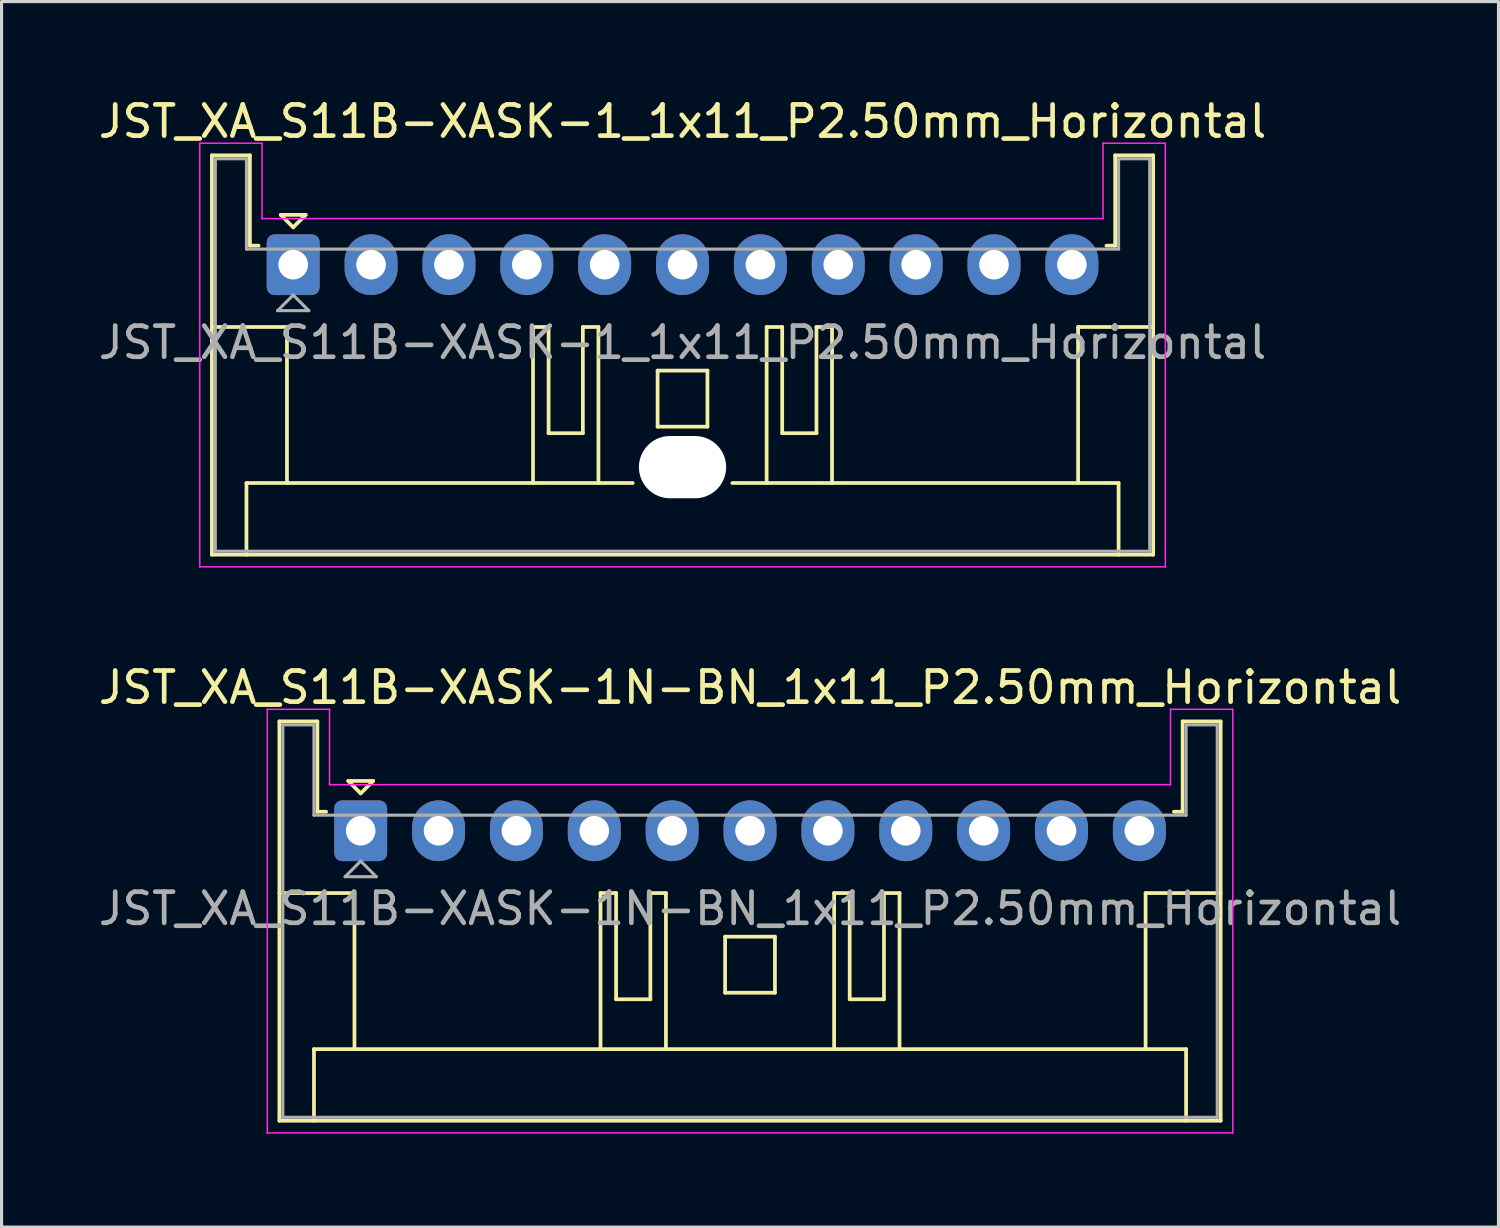
<source format=kicad_pcb>
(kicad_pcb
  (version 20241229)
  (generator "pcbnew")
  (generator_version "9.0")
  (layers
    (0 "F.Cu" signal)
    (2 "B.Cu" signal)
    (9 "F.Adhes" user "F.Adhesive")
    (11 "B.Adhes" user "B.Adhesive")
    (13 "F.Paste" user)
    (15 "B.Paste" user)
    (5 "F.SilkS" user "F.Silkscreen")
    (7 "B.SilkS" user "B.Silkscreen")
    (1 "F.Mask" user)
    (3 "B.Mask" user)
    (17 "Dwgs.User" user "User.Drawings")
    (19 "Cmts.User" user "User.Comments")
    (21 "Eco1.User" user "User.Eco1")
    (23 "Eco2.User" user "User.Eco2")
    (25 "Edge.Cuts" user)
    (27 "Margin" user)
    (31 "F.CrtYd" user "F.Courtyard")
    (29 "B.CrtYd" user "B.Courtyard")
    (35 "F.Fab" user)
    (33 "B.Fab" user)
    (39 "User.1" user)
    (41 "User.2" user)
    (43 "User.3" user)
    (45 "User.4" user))
  (footprint "JST_XA_S11B-XASK-1N-BN_1x11_P2.50mm_Horizontal"
    (layer "F.Cu")
    (at 8.53 23.622)
    (property "Reference" "JST_XA_S11B-XASK-1N-BN_1x11_P2.50mm_Horizontal" (at 12.5 -4.6 0) (layer "F.SilkS") (effects (font (size 1 1) (thickness 0.15))))
    (attr through_hole)
    (fp_line (start -2.61 -3.51) (end -2.61 9.31) (stroke (width 0.12) (type solid)) (layer "F.SilkS"))
    (fp_line (start -2.61 9.31) (end 27.61 9.31) (stroke (width 0.12) (type solid)) (layer "F.SilkS"))
    (fp_line (start -1.5 7.01) (end 26.5 7.01) (stroke (width 0.12) (type solid)) (layer "F.SilkS"))
    (fp_line (start -1.5 9.31) (end -1.5 7.01) (stroke (width 0.12) (type solid)) (layer "F.SilkS"))
    (fp_line (start -1.39 -3.51) (end -2.61 -3.51) (stroke (width 0.12) (type solid)) (layer "F.SilkS"))
    (fp_line (start -1.39 -0.61) (end -1.39 -3.51) (stroke (width 0.12) (type solid)) (layer "F.SilkS"))
    (fp_line (start -1.11 -0.61) (end -1.39 -0.61) (stroke (width 0.12) (type solid)) (layer "F.SilkS"))
    (fp_line (start -0.4 -1.6) (end 0.4 -1.6) (stroke (width 0.12) (type solid)) (layer "F.SilkS"))
    (fp_line (start -0.2 2) (end -2.61 2) (stroke (width 0.12) (type solid)) (layer "F.SilkS"))
    (fp_line (start -0.2 7.01) (end -0.2 2) (stroke (width 0.12) (type solid)) (layer "F.SilkS"))
    (fp_line (start 0 -1.2) (end -0.4 -1.6) (stroke (width 0.12) (type solid)) (layer "F.SilkS"))
    (fp_line (start 0.4 -1.6) (end 0 -1.2) (stroke (width 0.12) (type solid)) (layer "F.SilkS"))
    (fp_line (start 7.7 2) (end 7.7 7.01) (stroke (width 0.12) (type solid)) (layer "F.SilkS"))
    (fp_line (start 8.2 2) (end 7.7 2) (stroke (width 0.12) (type solid)) (layer "F.SilkS"))
    (fp_line (start 8.2 5.41) (end 8.2 2) (stroke (width 0.12) (type solid)) (layer "F.SilkS"))
    (fp_line (start 9.3 2) (end 9.3 5.41) (stroke (width 0.12) (type solid)) (layer "F.SilkS"))
    (fp_line (start 9.3 5.41) (end 8.2 5.41) (stroke (width 0.12) (type solid)) (layer "F.SilkS"))
    (fp_line (start 9.8 2) (end 9.3 2) (stroke (width 0.12) (type solid)) (layer "F.SilkS"))
    (fp_line (start 9.8 7.01) (end 9.8 2) (stroke (width 0.12) (type solid)) (layer "F.SilkS"))
    (fp_line (start 11.7 3.4) (end 13.3 3.4) (stroke (width 0.12) (type solid)) (layer "F.SilkS"))
    (fp_line (start 11.7 5.2) (end 11.7 3.4) (stroke (width 0.12) (type solid)) (layer "F.SilkS"))
    (fp_line (start 13.3 3.4) (end 13.3 5.2) (stroke (width 0.12) (type solid)) (layer "F.SilkS"))
    (fp_line (start 13.3 5.2) (end 11.7 5.2) (stroke (width 0.12) (type solid)) (layer "F.SilkS"))
    (fp_line (start 15.2 2) (end 15.7 2) (stroke (width 0.12) (type solid)) (layer "F.SilkS"))
    (fp_line (start 15.2 7.01) (end 15.2 2) (stroke (width 0.12) (type solid)) (layer "F.SilkS"))
    (fp_line (start 15.7 2) (end 15.7 5.41) (stroke (width 0.12) (type solid)) (layer "F.SilkS"))
    (fp_line (start 15.7 5.41) (end 16.8 5.41) (stroke (width 0.12) (type solid)) (layer "F.SilkS"))
    (fp_line (start 16.8 2) (end 17.3 2) (stroke (width 0.12) (type solid)) (layer "F.SilkS"))
    (fp_line (start 16.8 5.41) (end 16.8 2) (stroke (width 0.12) (type solid)) (layer "F.SilkS"))
    (fp_line (start 17.3 2) (end 17.3 7.01) (stroke (width 0.12) (type solid)) (layer "F.SilkS"))
    (fp_line (start 25.2 2) (end 27.61 2) (stroke (width 0.12) (type solid)) (layer "F.SilkS"))
    (fp_line (start 25.2 7.01) (end 25.2 2) (stroke (width 0.12) (type solid)) (layer "F.SilkS"))
    (fp_line (start 26.39 -3.51) (end 26.39 -0.61) (stroke (width 0.12) (type solid)) (layer "F.SilkS"))
    (fp_line (start 26.39 -0.61) (end 26.11 -0.61) (stroke (width 0.12) (type solid)) (layer "F.SilkS"))
    (fp_line (start 26.5 7.01) (end 26.5 9.31) (stroke (width 0.12) (type solid)) (layer "F.SilkS"))
    (fp_line (start 27.61 -3.51) (end 26.39 -3.51) (stroke (width 0.12) (type solid)) (layer "F.SilkS"))
    (fp_line (start 27.61 9.31) (end 27.61 -3.51) (stroke (width 0.12) (type solid)) (layer "F.SilkS"))
    (fp_line (start -3 -3.9) (end -1 -3.9) (stroke (width 0.05) (type solid)) (layer "F.CrtYd"))
    (fp_line (start -3 9.7) (end -3 -3.9) (stroke (width 0.05) (type solid)) (layer "F.CrtYd"))
    (fp_line (start -1 -3.9) (end -1 -1.48) (stroke (width 0.05) (type solid)) (layer "F.CrtYd"))
    (fp_line (start -1 -1.48) (end 26 -1.48) (stroke (width 0.05) (type solid)) (layer "F.CrtYd"))
    (fp_line (start 26 -3.9) (end 28 -3.9) (stroke (width 0.05) (type solid)) (layer "F.CrtYd"))
    (fp_line (start 26 -1.48) (end 26 -3.9) (stroke (width 0.05) (type solid)) (layer "F.CrtYd"))
    (fp_line (start 28 -3.9) (end 28 9.7) (stroke (width 0.05) (type solid)) (layer "F.CrtYd"))
    (fp_line (start 28 9.7) (end -3 9.7) (stroke (width 0.05) (type solid)) (layer "F.CrtYd"))
    (fp_line (start -2.5 -3.4) (end -2.5 9.2) (stroke (width 0.1) (type solid)) (layer "F.Fab"))
    (fp_line (start -2.5 9.2) (end 27.5 9.2) (stroke (width 0.1) (type solid)) (layer "F.Fab"))
    (fp_line (start -1.5 -3.4) (end -2.5 -3.4) (stroke (width 0.1) (type solid)) (layer "F.Fab"))
    (fp_line (start -1.5 -0.5) (end -1.5 -3.4) (stroke (width 0.1) (type solid)) (layer "F.Fab"))
    (fp_line (start -0.5 1.475) (end 0.5 1.475) (stroke (width 0.1) (type solid)) (layer "F.Fab"))
    (fp_line (start 0 0.975) (end -0.5 1.475) (stroke (width 0.1) (type solid)) (layer "F.Fab"))
    (fp_line (start 0.5 1.475) (end 0 0.975) (stroke (width 0.1) (type solid)) (layer "F.Fab"))
    (fp_line (start 26.5 -3.4) (end 26.5 -0.5) (stroke (width 0.1) (type solid)) (layer "F.Fab"))
    (fp_line (start 26.5 -0.5) (end -1.5 -0.5) (stroke (width 0.1) (type solid)) (layer "F.Fab"))
    (fp_line (start 27.5 -3.4) (end 26.5 -3.4) (stroke (width 0.1) (type solid)) (layer "F.Fab"))
    (fp_line (start 27.5 9.2) (end 27.5 -3.4) (stroke (width 0.1) (type solid)) (layer "F.Fab"))
    (fp_text user "${REFERENCE}" (at 12.5 2.5 0) (layer "F.Fab") (effects (font (size 1 1) (thickness 0.15))))
    (pad "1" thru_hole roundrect (at 0 0) (size 1.7 1.95) (drill 0.95) (layers "*.Cu" "*.Mask") (roundrect_rratio 0.147))
    (pad "2" thru_hole oval (at 2.5 0) (size 1.7 1.95) (drill 0.95) (layers "*.Cu" "*.Mask"))
    (pad "3" thru_hole oval (at 5 0) (size 1.7 1.95) (drill 0.95) (layers "*.Cu" "*.Mask"))
    (pad "4" thru_hole oval (at 7.5 0) (size 1.7 1.95) (drill 0.95) (layers "*.Cu" "*.Mask"))
    (pad "5" thru_hole oval (at 10 0) (size 1.7 1.95) (drill 0.95) (layers "*.Cu" "*.Mask"))
    (pad "6" thru_hole oval (at 12.5 0) (size 1.7 1.95) (drill 0.95) (layers "*.Cu" "*.Mask"))
    (pad "7" thru_hole oval (at 15 0) (size 1.7 1.95) (drill 0.95) (layers "*.Cu" "*.Mask"))
    (pad "8" thru_hole oval (at 17.5 0) (size 1.7 1.95) (drill 0.95) (layers "*.Cu" "*.Mask"))
    (pad "9" thru_hole oval (at 20 0) (size 1.7 1.95) (drill 0.95) (layers "*.Cu" "*.Mask"))
    (pad "10" thru_hole oval (at 22.5 0) (size 1.7 1.95) (drill 0.95) (layers "*.Cu" "*.Mask"))
    (pad "11" thru_hole oval (at 25 0) (size 1.7 1.95) (drill 0.95) (layers "*.Cu" "*.Mask")))
  (footprint "JST_XA_S11B-XASK-1_1x11_P2.50mm_Horizontal"
    (layer "F.Cu")
    (at 6.363 5.448)
    (property "Reference" "JST_XA_S11B-XASK-1_1x11_P2.50mm_Horizontal" (at 12.5 -4.6 0) (layer "F.SilkS") (effects (font (size 1 1) (thickness 0.15))))
    (attr through_hole)
    (fp_line (start -2.61 -3.51) (end -2.61 9.31) (stroke (width 0.12) (type solid)) (layer "F.SilkS"))
    (fp_line (start -2.61 9.31) (end 27.61 9.31) (stroke (width 0.12) (type solid)) (layer "F.SilkS"))
    (fp_line (start -1.5 7.01) (end 10.9 7.01) (stroke (width 0.12) (type solid)) (layer "F.SilkS"))
    (fp_line (start -1.5 9.31) (end -1.5 7.01) (stroke (width 0.12) (type solid)) (layer "F.SilkS"))
    (fp_line (start -1.39 -3.51) (end -2.61 -3.51) (stroke (width 0.12) (type solid)) (layer "F.SilkS"))
    (fp_line (start -1.39 -0.61) (end -1.39 -3.51) (stroke (width 0.12) (type solid)) (layer "F.SilkS"))
    (fp_line (start -1.11 -0.61) (end -1.39 -0.61) (stroke (width 0.12) (type solid)) (layer "F.SilkS"))
    (fp_line (start -0.4 -1.6) (end 0.4 -1.6) (stroke (width 0.12) (type solid)) (layer "F.SilkS"))
    (fp_line (start -0.2 2) (end -2.61 2) (stroke (width 0.12) (type solid)) (layer "F.SilkS"))
    (fp_line (start -0.2 7.01) (end -0.2 2) (stroke (width 0.12) (type solid)) (layer "F.SilkS"))
    (fp_line (start 0 -1.2) (end -0.4 -1.6) (stroke (width 0.12) (type solid)) (layer "F.SilkS"))
    (fp_line (start 0.4 -1.6) (end 0 -1.2) (stroke (width 0.12) (type solid)) (layer "F.SilkS"))
    (fp_line (start 7.7 2) (end 7.7 7.01) (stroke (width 0.12) (type solid)) (layer "F.SilkS"))
    (fp_line (start 8.2 2) (end 7.7 2) (stroke (width 0.12) (type solid)) (layer "F.SilkS"))
    (fp_line (start 8.2 5.41) (end 8.2 2) (stroke (width 0.12) (type solid)) (layer "F.SilkS"))
    (fp_line (start 9.3 2) (end 9.3 5.41) (stroke (width 0.12) (type solid)) (layer "F.SilkS"))
    (fp_line (start 9.3 5.41) (end 8.2 5.41) (stroke (width 0.12) (type solid)) (layer "F.SilkS"))
    (fp_line (start 9.8 2) (end 9.3 2) (stroke (width 0.12) (type solid)) (layer "F.SilkS"))
    (fp_line (start 9.8 7.01) (end 9.8 2) (stroke (width 0.12) (type solid)) (layer "F.SilkS"))
    (fp_line (start 11.7 3.4) (end 13.3 3.4) (stroke (width 0.12) (type solid)) (layer "F.SilkS"))
    (fp_line (start 11.7 5.2) (end 11.7 3.4) (stroke (width 0.12) (type solid)) (layer "F.SilkS"))
    (fp_line (start 13.3 3.4) (end 13.3 5.2) (stroke (width 0.12) (type solid)) (layer "F.SilkS"))
    (fp_line (start 13.3 5.2) (end 11.7 5.2) (stroke (width 0.12) (type solid)) (layer "F.SilkS"))
    (fp_line (start 14.1 7.01) (end 26.5 7.01) (stroke (width 0.12) (type solid)) (layer "F.SilkS"))
    (fp_line (start 15.2 2) (end 15.7 2) (stroke (width 0.12) (type solid)) (layer "F.SilkS"))
    (fp_line (start 15.2 7.01) (end 15.2 2) (stroke (width 0.12) (type solid)) (layer "F.SilkS"))
    (fp_line (start 15.7 2) (end 15.7 5.41) (stroke (width 0.12) (type solid)) (layer "F.SilkS"))
    (fp_line (start 15.7 5.41) (end 16.8 5.41) (stroke (width 0.12) (type solid)) (layer "F.SilkS"))
    (fp_line (start 16.8 2) (end 17.3 2) (stroke (width 0.12) (type solid)) (layer "F.SilkS"))
    (fp_line (start 16.8 5.41) (end 16.8 2) (stroke (width 0.12) (type solid)) (layer "F.SilkS"))
    (fp_line (start 17.3 2) (end 17.3 7.01) (stroke (width 0.12) (type solid)) (layer "F.SilkS"))
    (fp_line (start 25.2 2) (end 27.61 2) (stroke (width 0.12) (type solid)) (layer "F.SilkS"))
    (fp_line (start 25.2 7.01) (end 25.2 2) (stroke (width 0.12) (type solid)) (layer "F.SilkS"))
    (fp_line (start 26.39 -3.51) (end 26.39 -0.61) (stroke (width 0.12) (type solid)) (layer "F.SilkS"))
    (fp_line (start 26.39 -0.61) (end 26.11 -0.61) (stroke (width 0.12) (type solid)) (layer "F.SilkS"))
    (fp_line (start 26.5 7.01) (end 26.5 9.31) (stroke (width 0.12) (type solid)) (layer "F.SilkS"))
    (fp_line (start 27.61 -3.51) (end 26.39 -3.51) (stroke (width 0.12) (type solid)) (layer "F.SilkS"))
    (fp_line (start 27.61 9.31) (end 27.61 -3.51) (stroke (width 0.12) (type solid)) (layer "F.SilkS"))
    (fp_line (start -3 -3.9) (end -1 -3.9) (stroke (width 0.05) (type solid)) (layer "F.CrtYd"))
    (fp_line (start -3 9.7) (end -3 -3.9) (stroke (width 0.05) (type solid)) (layer "F.CrtYd"))
    (fp_line (start -1 -3.9) (end -1 -1.48) (stroke (width 0.05) (type solid)) (layer "F.CrtYd"))
    (fp_line (start -1 -1.48) (end 26 -1.48) (stroke (width 0.05) (type solid)) (layer "F.CrtYd"))
    (fp_line (start 26 -3.9) (end 28 -3.9) (stroke (width 0.05) (type solid)) (layer "F.CrtYd"))
    (fp_line (start 26 -1.48) (end 26 -3.9) (stroke (width 0.05) (type solid)) (layer "F.CrtYd"))
    (fp_line (start 28 -3.9) (end 28 9.7) (stroke (width 0.05) (type solid)) (layer "F.CrtYd"))
    (fp_line (start 28 9.7) (end -3 9.7) (stroke (width 0.05) (type solid)) (layer "F.CrtYd"))
    (fp_line (start -2.5 -3.4) (end -2.5 9.2) (stroke (width 0.1) (type solid)) (layer "F.Fab"))
    (fp_line (start -2.5 9.2) (end 27.5 9.2) (stroke (width 0.1) (type solid)) (layer "F.Fab"))
    (fp_line (start -1.5 -3.4) (end -2.5 -3.4) (stroke (width 0.1) (type solid)) (layer "F.Fab"))
    (fp_line (start -1.5 -0.5) (end -1.5 -3.4) (stroke (width 0.1) (type solid)) (layer "F.Fab"))
    (fp_line (start -0.5 1.475) (end 0.5 1.475) (stroke (width 0.1) (type solid)) (layer "F.Fab"))
    (fp_line (start 0 0.975) (end -0.5 1.475) (stroke (width 0.1) (type solid)) (layer "F.Fab"))
    (fp_line (start 0.5 1.475) (end 0 0.975) (stroke (width 0.1) (type solid)) (layer "F.Fab"))
    (fp_line (start 26.5 -3.4) (end 26.5 -0.5) (stroke (width 0.1) (type solid)) (layer "F.Fab"))
    (fp_line (start 26.5 -0.5) (end -1.5 -0.5) (stroke (width 0.1) (type solid)) (layer "F.Fab"))
    (fp_line (start 27.5 -3.4) (end 26.5 -3.4) (stroke (width 0.1) (type solid)) (layer "F.Fab"))
    (fp_line (start 27.5 9.2) (end 27.5 -3.4) (stroke (width 0.1) (type solid)) (layer "F.Fab"))
    (fp_text user "${REFERENCE}" (at 12.5 2.5 0) (layer "F.Fab") (effects (font (size 1 1) (thickness 0.15))))
    (pad "" np_thru_hole oval (at 12.5 6.5) (size 2.8 2) (drill oval 2.8 2) (layers "*.Cu" "*.Mask"))
    (pad "1" thru_hole roundrect (at 0 0) (size 1.7 1.95) (drill 0.95) (layers "*.Cu" "*.Mask") (roundrect_rratio 0.147))
    (pad "2" thru_hole oval (at 2.5 0) (size 1.7 1.95) (drill 0.95) (layers "*.Cu" "*.Mask"))
    (pad "3" thru_hole oval (at 5 0) (size 1.7 1.95) (drill 0.95) (layers "*.Cu" "*.Mask"))
    (pad "4" thru_hole oval (at 7.5 0) (size 1.7 1.95) (drill 0.95) (layers "*.Cu" "*.Mask"))
    (pad "5" thru_hole oval (at 10 0) (size 1.7 1.95) (drill 0.95) (layers "*.Cu" "*.Mask"))
    (pad "6" thru_hole oval (at 12.5 0) (size 1.7 1.95) (drill 0.95) (layers "*.Cu" "*.Mask"))
    (pad "7" thru_hole oval (at 15 0) (size 1.7 1.95) (drill 0.95) (layers "*.Cu" "*.Mask"))
    (pad "8" thru_hole oval (at 17.5 0) (size 1.7 1.95) (drill 0.95) (layers "*.Cu" "*.Mask"))
    (pad "9" thru_hole oval (at 20 0) (size 1.7 1.95) (drill 0.95) (layers "*.Cu" "*.Mask"))
    (pad "10" thru_hole oval (at 22.5 0) (size 1.7 1.95) (drill 0.95) (layers "*.Cu" "*.Mask"))
    (pad "11" thru_hole oval (at 25 0) (size 1.7 1.95) (drill 0.95) (layers "*.Cu" "*.Mask")))
  (gr_rect
    (start -3 -3)
    (end 45.06 36.346)
    (stroke (width 0.1) (type default))
    (fill no)
    (layer "Edge.Cuts")))
</source>
